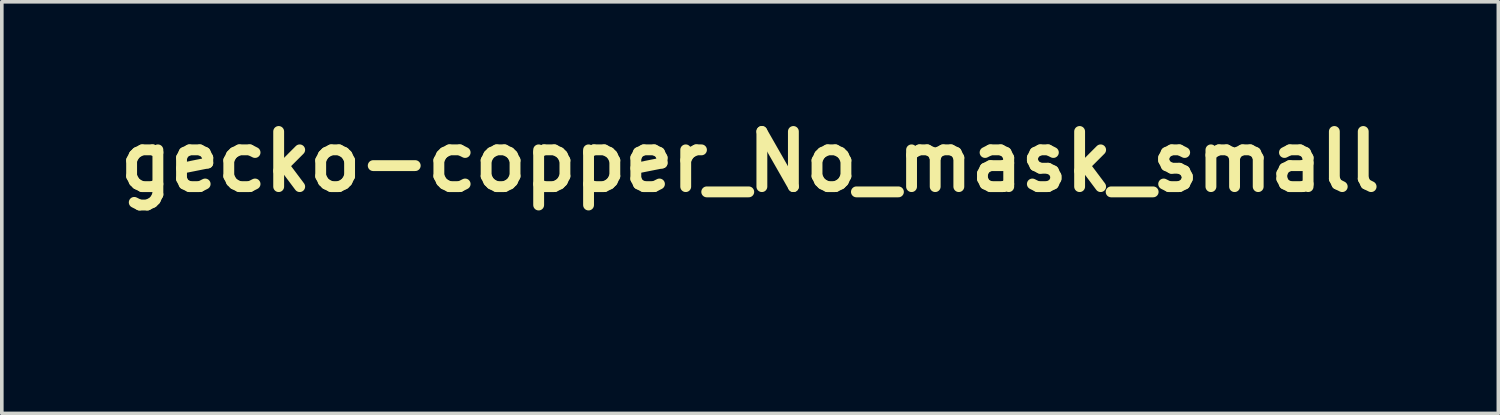
<source format=kicad_pcb>
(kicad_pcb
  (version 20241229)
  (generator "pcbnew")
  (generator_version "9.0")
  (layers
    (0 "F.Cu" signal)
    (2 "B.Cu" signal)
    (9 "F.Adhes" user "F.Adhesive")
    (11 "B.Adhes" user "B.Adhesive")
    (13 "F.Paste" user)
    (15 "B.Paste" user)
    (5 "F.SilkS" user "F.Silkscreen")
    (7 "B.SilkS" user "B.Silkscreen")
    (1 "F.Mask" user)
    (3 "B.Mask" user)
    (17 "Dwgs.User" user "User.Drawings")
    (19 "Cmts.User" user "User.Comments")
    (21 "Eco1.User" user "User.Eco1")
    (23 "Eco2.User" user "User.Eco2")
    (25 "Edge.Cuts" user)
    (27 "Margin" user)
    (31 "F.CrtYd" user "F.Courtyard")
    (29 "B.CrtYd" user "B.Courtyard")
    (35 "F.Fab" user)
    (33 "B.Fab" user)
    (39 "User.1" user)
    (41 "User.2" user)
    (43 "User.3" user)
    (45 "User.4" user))
  (footprint "gecko-copper_No_mask_small"
    (layer "F.Cu")
    (at 17.708 3.338)
    (property "Reference" "gecko-copper_No_mask_small" (at -0.03 -1.92 0) (layer "F.SilkS") (effects (font (size 1.524 1.524) (thickness 0.3))))
    (attr through_hole)
    (fp_poly (pts (xy 0.329 -1.666) (xy 0.357 -1.621) (xy 0.388 -1.552) (xy 0.402 -1.517) (xy 0.425 -1.461) (xy 0.446 -1.414) (xy 0.463 -1.383) (xy 0.473 -1.37) (xy 0.474 -1.37) (xy 0.485 -1.358) (xy 0.49 -1.327) (xy 0.49 -1.326) (xy 0.495 -1.284) (xy 0.507 -1.239) (xy 0.51 -1.232) (xy 0.518 -1.208) (xy 0.522 -1.183) (xy 0.523 -1.152) (xy 0.519 -1.109) (xy 0.511 -1.047) (xy 0.51 -1.039) (xy 0.492 -0.895) (xy 0.633 -0.71) (xy 0.678 -0.651) (xy 0.717 -0.599) (xy 0.749 -0.558) (xy 0.77 -0.531) (xy 0.777 -0.52) (xy 0.792 -0.52) (xy 0.823 -0.527) (xy 0.867 -0.539) (xy 0.917 -0.554) (xy 0.966 -0.57) (xy 1.01 -0.586) (xy 1.041 -0.599) (xy 1.053 -0.606) (xy 1.074 -0.632) (xy 1.099 -0.672) (xy 1.124 -0.721) (xy 1.145 -0.769) (xy 1.159 -0.81) (xy 1.163 -0.83) (xy 1.171 -0.858) (xy 1.19 -0.872) (xy 1.213 -0.867) (xy 1.217 -0.863) (xy 1.226 -0.845) (xy 1.217 -0.823) (xy 1.207 -0.796) (xy 1.202 -0.756) (xy 1.201 -0.736) (xy 1.205 -0.692) (xy 1.218 -0.668) (xy 1.242 -0.663) (xy 1.279 -0.678) (xy 1.33 -0.708) (xy 1.374 -0.738) (xy 1.403 -0.754) (xy 1.42 -0.758) (xy 1.429 -0.751) (xy 1.435 -0.74) (xy 1.436 -0.712) (xy 1.417 -0.698) (xy 1.405 -0.697) (xy 1.382 -0.686) (xy 1.355 -0.661) (xy 1.329 -0.629) (xy 1.31 -0.597) (xy 1.305 -0.573) (xy 1.318 -0.554) (xy 1.347 -0.534) (xy 1.381 -0.517) (xy 1.414 -0.506) (xy 1.436 -0.507) (xy 1.438 -0.508) (xy 1.459 -0.514) (xy 1.482 -0.506) (xy 1.493 -0.49) (xy 1.493 -0.489) (xy 1.485 -0.459) (xy 1.464 -0.449) (xy 1.445 -0.454) (xy 1.413 -0.464) (xy 1.372 -0.468) (xy 1.331 -0.467) (xy 1.298 -0.46) (xy 1.281 -0.448) (xy 1.286 -0.429) (xy 1.304 -0.401) (xy 1.33 -0.37) (xy 1.358 -0.344) (xy 1.382 -0.33) (xy 1.389 -0.328) (xy 1.401 -0.32) (xy 1.402 -0.3) (xy 1.392 -0.279) (xy 1.375 -0.267) (xy 1.375 -0.267) (xy 1.353 -0.273) (xy 1.345 -0.288) (xy 1.331 -0.304) (xy 1.299 -0.326) (xy 1.256 -0.351) (xy 1.206 -0.375) (xy 1.158 -0.397) (xy 1.116 -0.412) (xy 1.087 -0.417) (xy 1.063 -0.416) (xy 1.02 -0.411) (xy 0.962 -0.403) (xy 0.896 -0.394) (xy 0.874 -0.39) (xy 0.809 -0.381) (xy 0.754 -0.374) (xy 0.713 -0.369) (xy 0.691 -0.367) (xy 0.688 -0.368) (xy 0.681 -0.38) (xy 0.662 -0.409) (xy 0.635 -0.452) (xy 0.603 -0.505) (xy 0.592 -0.522) (xy 0.558 -0.576) (xy 0.529 -0.621) (xy 0.508 -0.652) (xy 0.496 -0.667) (xy 0.495 -0.667) (xy 0.494 -0.654) (xy 0.495 -0.619) (xy 0.497 -0.565) (xy 0.501 -0.496) (xy 0.505 -0.416) (xy 0.51 -0.34) (xy 0.53 -0.017) (xy 0.402 0.229) (xy 0.365 0.301) (xy 0.333 0.367) (xy 0.307 0.421) (xy 0.29 0.462) (xy 0.283 0.485) (xy 0.283 0.489) (xy 0.292 0.503) (xy 0.315 0.535) (xy 0.348 0.58) (xy 0.389 0.637) (xy 0.436 0.702) (xy 0.461 0.736) (xy 0.51 0.803) (xy 0.553 0.864) (xy 0.589 0.915) (xy 0.616 0.953) (xy 0.631 0.975) (xy 0.633 0.979) (xy 0.624 0.989) (xy 0.597 1.012) (xy 0.556 1.045) (xy 0.502 1.086) (xy 0.44 1.133) (xy 0.407 1.157) (xy 0.341 1.206) (xy 0.282 1.25) (xy 0.233 1.287) (xy 0.197 1.315) (xy 0.178 1.331) (xy 0.175 1.334) (xy 0.183 1.347) (xy 0.206 1.368) (xy 0.241 1.393) (xy 0.28 1.419) (xy 0.317 1.439) (xy 0.344 1.451) (xy 0.39 1.46) (xy 0.456 1.464) (xy 0.522 1.464) (xy 0.583 1.461) (xy 0.624 1.457) (xy 0.651 1.451) (xy 0.67 1.44) (xy 0.676 1.435) (xy 0.696 1.419) (xy 0.71 1.42) (xy 0.724 1.432) (xy 0.738 1.455) (xy 0.738 1.471) (xy 0.732 1.491) (xy 0.731 1.495) (xy 0.72 1.499) (xy 0.693 1.5) (xy 0.693 1.5) (xy 0.659 1.506) (xy 0.616 1.521) (xy 0.59 1.533) (xy 0.553 1.553) (xy 0.535 1.57) (xy 0.53 1.588) (xy 0.53 1.599) (xy 0.538 1.622) (xy 0.56 1.644) (xy 0.601 1.67) (xy 0.605 1.673) (xy 0.648 1.695) (xy 0.687 1.713) (xy 0.709 1.721) (xy 0.739 1.737) (xy 0.751 1.762) (xy 0.742 1.788) (xy 0.718 1.804) (xy 0.691 1.801) (xy 0.674 1.781) (xy 0.674 1.781) (xy 0.662 1.766) (xy 0.634 1.753) (xy 0.585 1.742) (xy 0.584 1.742) (xy 0.539 1.734) (xy 0.512 1.732) (xy 0.496 1.737) (xy 0.484 1.749) (xy 0.483 1.75) (xy 0.471 1.769) (xy 0.466 1.792) (xy 0.467 1.824) (xy 0.472 1.872) (xy 0.482 1.913) (xy 0.496 1.933) (xy 0.504 1.936) (xy 0.52 1.946) (xy 0.519 1.967) (xy 0.517 1.972) (xy 0.498 1.999) (xy 0.474 2.007) (xy 0.453 1.994) (xy 0.444 1.974) (xy 0.433 1.942) (xy 0.417 1.899) (xy 0.406 1.874) (xy 0.384 1.832) (xy 0.363 1.81) (xy 0.345 1.802) (xy 0.327 1.801) (xy 0.314 1.808) (xy 0.303 1.829) (xy 0.29 1.869) (xy 0.288 1.877) (xy 0.276 1.923) (xy 0.27 1.962) (xy 0.271 1.984) (xy 0.268 2.012) (xy 0.251 2.029) (xy 0.226 2.032) (xy 0.203 2.017) (xy 0.198 2.01) (xy 0.193 1.985) (xy 0.206 1.969) (xy 0.215 1.958) (xy 0.22 1.939) (xy 0.221 1.909) (xy 0.22 1.861) (xy 0.217 1.819) (xy 0.214 1.768) (xy 0.209 1.728) (xy 0.201 1.693) (xy 0.188 1.66) (xy 0.167 1.625) (xy 0.137 1.582) (xy 0.096 1.528) (xy 0.041 1.459) (xy 0.035 1.452) (xy 0.004 1.414) (xy -0.021 1.385) (xy -0.036 1.361) (xy -0.042 1.339) (xy -0.036 1.317) (xy -0.018 1.292) (xy 0.013 1.259) (xy 0.059 1.216) (xy 0.121 1.16) (xy 0.164 1.121) (xy 0.341 0.961) (xy 0.236 0.862) (xy 0.193 0.823) (xy 0.158 0.791) (xy 0.133 0.771) (xy 0.123 0.764) (xy 0.113 0.774) (xy 0.094 0.802) (xy 0.067 0.841) (xy 0.046 0.875) (xy -0.013 0.958) (xy -0.088 1.046) (xy -0.172 1.133) (xy -0.257 1.211) (xy -0.325 1.263) (xy -0.395 1.308) (xy -0.478 1.353) (xy -0.567 1.395) (xy -0.652 1.431) (xy -0.723 1.454) (xy -0.809 1.472) (xy -0.906 1.487) (xy -1.004 1.495) (xy -1.093 1.497) (xy -1.136 1.496) (xy -1.288 1.471) (xy -1.435 1.422) (xy -1.574 1.351) (xy -1.703 1.258) (xy -1.821 1.147) (xy -1.926 1.017) (xy -1.986 0.923) (xy -2.015 0.872) (xy -1.98 0.916) (xy -1.937 0.966) (xy -1.881 1.024) (xy -1.819 1.084) (xy -1.756 1.142) (xy -1.698 1.191) (xy -1.649 1.228) (xy -1.644 1.231) (xy -1.517 1.3) (xy -1.384 1.349) (xy -1.248 1.376) (xy -1.113 1.381) (xy -0.982 1.363) (xy -0.941 1.352) (xy -0.861 1.324) (xy -0.771 1.283) (xy -0.68 1.236) (xy -0.596 1.187) (xy -0.576 1.173) (xy -0.507 1.123) (xy -0.446 1.071) (xy -0.389 1.012) (xy -0.333 0.943) (xy -0.275 0.861) (xy -0.211 0.761) (xy -0.164 0.682) (xy -0.09 0.556) (xy -0.21 0.445) (xy -0.254 0.404) (xy -0.292 0.373) (xy -0.319 0.353) (xy -0.332 0.348) (xy -0.333 0.349) (xy -0.335 0.366) (xy -0.339 0.404) (xy -0.345 0.457) (xy -0.351 0.519) (xy -0.352 0.528) (xy -0.367 0.692) (xy -0.571 0.495) (xy -0.64 0.429) (xy -0.694 0.379) (xy -0.736 0.342) (xy -0.769 0.316) (xy -0.796 0.298) (xy -0.819 0.287) (xy -0.835 0.282) (xy -0.881 0.274) (xy -0.938 0.271) (xy -0.998 0.272) (xy -1.055 0.277) (xy -1.102 0.286) (xy -1.132 0.298) (xy -1.135 0.3) (xy -1.156 0.312) (xy -1.176 0.305) (xy -1.179 0.303) (xy -1.197 0.278) (xy -1.194 0.254) (xy -1.173 0.238) (xy -1.16 0.236) (xy -1.13 0.231) (xy -1.09 0.218) (xy -1.048 0.201) (xy -1.012 0.183) (xy -0.991 0.168) (xy -0.989 0.166) (xy -0.984 0.136) (xy -1.004 0.104) (xy -1.048 0.071) (xy -1.075 0.057) (xy -1.118 0.035) (xy -1.155 0.018) (xy -1.177 0.009) (xy -1.195 -0.007) (xy -1.198 -0.033) (xy -1.184 -0.059) (xy -1.158 -0.073) (xy -1.137 -0.065) (xy -1.13 -0.05) (xy -1.114 -0.032) (xy -1.078 -0.016) (xy -1.043 -0.006) (xy -1 0.004) (xy -0.974 0.007) (xy -0.957 0.003) (xy -0.942 -0.008) (xy -0.94 -0.011) (xy -0.923 -0.043) (xy -0.916 -0.087) (xy -0.92 -0.134) (xy -0.933 -0.174) (xy -0.946 -0.191) (xy -0.968 -0.22) (xy -0.966 -0.249) (xy -0.957 -0.261) (xy -0.934 -0.27) (xy -0.91 -0.264) (xy -0.895 -0.247) (xy -0.894 -0.241) (xy -0.89 -0.219) (xy -0.877 -0.183) (xy -0.86 -0.141) (xy -0.84 -0.098) (xy -0.824 -0.074) (xy -0.808 -0.063) (xy -0.792 -0.062) (xy -0.773 -0.064) (xy -0.759 -0.076) (xy -0.747 -0.103) (xy -0.736 -0.137) (xy -0.725 -0.181) (xy -0.719 -0.219) (xy -0.72 -0.239) (xy -0.717 -0.266) (xy -0.699 -0.282) (xy -0.673 -0.283) (xy -0.655 -0.272) (xy -0.642 -0.252) (xy -0.649 -0.229) (xy -0.65 -0.227) (xy -0.658 -0.2) (xy -0.664 -0.152) (xy -0.666 -0.085) (xy -0.666 -0.07) (xy -0.666 0.061) (xy -0.568 0.197) (xy -0.532 0.248) (xy -0.505 0.284) (xy -0.486 0.304) (xy -0.472 0.307) (xy -0.461 0.292) (xy -0.453 0.256) (xy -0.445 0.2) (xy -0.436 0.12) (xy -0.431 0.081) (xy -0.423 0.015) (xy -0.415 -0.042) (xy -0.408 -0.085) (xy -0.402 -0.109) (xy -0.4 -0.112) (xy -0.389 -0.104) (xy -0.362 -0.081) (xy -0.322 -0.047) (xy -0.272 -0.002) (xy -0.215 0.049) (xy -0.203 0.059) (xy -0.146 0.111) (xy -0.095 0.156) (xy -0.054 0.192) (xy -0.025 0.217) (xy -0.012 0.227) (xy -0.011 0.227) (xy -0.011 0.214) (xy -0.012 0.18) (xy -0.015 0.131) (xy -0.018 0.069) (xy -0.02 0.046) (xy -0.023 -0.022) (xy -0.025 -0.087) (xy -0.024 -0.154) (xy -0.02 -0.23) (xy -0.014 -0.319) (xy -0.005 -0.427) (xy -0.005 -0.428) (xy 0.002 -0.512) (xy 0.008 -0.587) (xy 0.013 -0.65) (xy 0.016 -0.697) (xy 0.017 -0.724) (xy 0.017 -0.729) (xy 0.005 -0.725) (xy -0.025 -0.71) (xy -0.068 -0.688) (xy -0.12 -0.659) (xy -0.124 -0.657) (xy -0.177 -0.628) (xy -0.22 -0.605) (xy -0.251 -0.589) (xy -0.264 -0.584) (xy -0.265 -0.584) (xy -0.285 -0.61) (xy -0.317 -0.648) (xy -0.357 -0.695) (xy -0.402 -0.747) (xy -0.449 -0.799) (xy -0.495 -0.85) (xy -0.535 -0.894) (xy -0.567 -0.928) (xy -0.588 -0.948) (xy -0.593 -0.952) (xy -0.636 -0.972) (xy -0.687 -0.99) (xy -0.737 -1.005) (xy -0.781 -1.014) (xy -0.811 -1.016) (xy -0.818 -1.014) (xy -0.843 -1.012) (xy -0.862 -1.027) (xy -0.867 -1.052) (xy -0.865 -1.057) (xy -0.856 -1.067) (xy -0.835 -1.071) (xy -0.797 -1.071) (xy -0.764 -1.069) (xy -0.716 -1.065) (xy -0.687 -1.066) (xy -0.672 -1.071) (xy -0.665 -1.082) (xy -0.662 -1.092) (xy -0.661 -1.12) (xy -0.674 -1.151) (xy -0.705 -1.19) (xy -0.737 -1.224) (xy -0.766 -1.259) (xy -0.774 -1.286) (xy -0.763 -1.303) (xy -0.742 -1.306) (xy -0.721 -1.297) (xy -0.717 -1.284) (xy -0.706 -1.263) (xy -0.679 -1.239) (xy -0.644 -1.217) (xy -0.608 -1.201) (xy -0.581 -1.197) (xy -0.578 -1.198) (xy -0.558 -1.216) (xy -0.54 -1.249) (xy -0.529 -1.289) (xy -0.526 -1.327) (xy -0.531 -1.347) (xy -0.537 -1.372) (xy -0.53 -1.384) (xy -0.507 -1.393) (xy -0.486 -1.384) (xy -0.477 -1.359) (xy -0.477 -1.354) (xy -0.478 -1.324) (xy -0.478 -1.282) (xy -0.477 -1.26) (xy -0.474 -1.22) (xy -0.467 -1.198) (xy -0.452 -1.189) (xy -0.451 -1.188) (xy -0.428 -1.194) (xy -0.4 -1.216) (xy -0.372 -1.249) (xy -0.35 -1.286) (xy -0.343 -1.304) (xy -0.327 -1.327) (xy -0.306 -1.329) (xy -0.283 -1.318) (xy -0.275 -1.298) (xy -0.285 -1.28) (xy -0.294 -1.276) (xy -0.309 -1.26) (xy -0.327 -1.227) (xy -0.346 -1.181) (xy -0.363 -1.13) (xy -0.377 -1.08) (xy -0.385 -1.037) (xy -0.386 -1.02) (xy -0.379 -0.988) (xy -0.356 -0.94) (xy -0.32 -0.879) (xy -0.316 -0.872) (xy -0.246 -0.762) (xy -0.11 -0.833) (xy -0.056 -0.861) (xy -0.011 -0.885) (xy 0.021 -0.903) (xy 0.036 -0.912) (xy 0.036 -0.912) (xy 0.039 -0.927) (xy 0.039 -0.962) (xy 0.037 -1.011) (xy 0.034 -1.059) (xy 0.03 -1.122) (xy 0.029 -1.167) (xy 0.031 -1.2) (xy 0.038 -1.226) (xy 0.047 -1.249) (xy 0.062 -1.291) (xy 0.07 -1.332) (xy 0.07 -1.34) (xy 0.077 -1.373) (xy 0.091 -1.385) (xy 0.104 -1.397) (xy 0.125 -1.429) (xy 0.15 -1.475) (xy 0.173 -1.522) (xy 0.212 -1.6) (xy 0.245 -1.653) (xy 0.274 -1.682) (xy 0.302 -1.687) (xy 0.329 -1.666)) (stroke (width 0.01) (type solid)) (fill yes) (layer "F.Mask")))
  (gr_rect
    (start -3 -3)
    (end 38.357 8.375)
    (stroke (width 0.1) (type default))
    (fill no)
    (layer "Edge.Cuts")))
</source>
